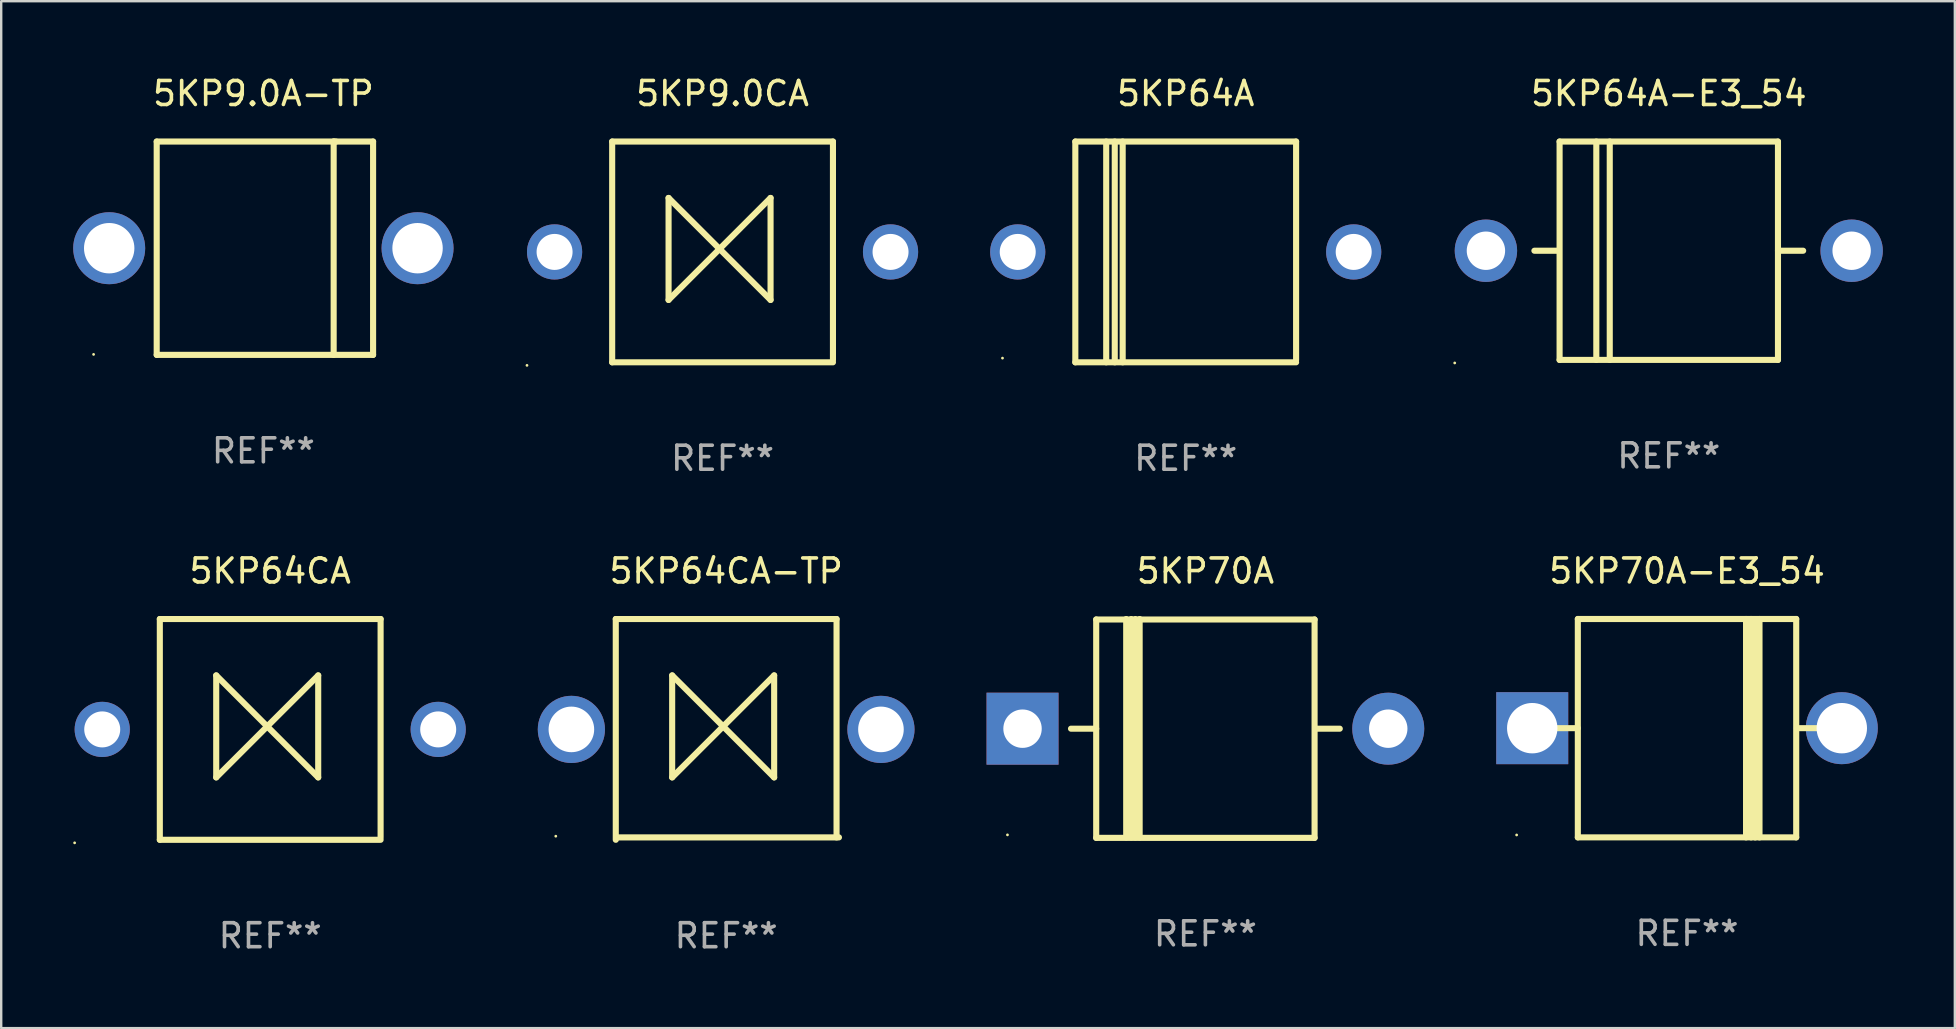
<source format=kicad_pcb>
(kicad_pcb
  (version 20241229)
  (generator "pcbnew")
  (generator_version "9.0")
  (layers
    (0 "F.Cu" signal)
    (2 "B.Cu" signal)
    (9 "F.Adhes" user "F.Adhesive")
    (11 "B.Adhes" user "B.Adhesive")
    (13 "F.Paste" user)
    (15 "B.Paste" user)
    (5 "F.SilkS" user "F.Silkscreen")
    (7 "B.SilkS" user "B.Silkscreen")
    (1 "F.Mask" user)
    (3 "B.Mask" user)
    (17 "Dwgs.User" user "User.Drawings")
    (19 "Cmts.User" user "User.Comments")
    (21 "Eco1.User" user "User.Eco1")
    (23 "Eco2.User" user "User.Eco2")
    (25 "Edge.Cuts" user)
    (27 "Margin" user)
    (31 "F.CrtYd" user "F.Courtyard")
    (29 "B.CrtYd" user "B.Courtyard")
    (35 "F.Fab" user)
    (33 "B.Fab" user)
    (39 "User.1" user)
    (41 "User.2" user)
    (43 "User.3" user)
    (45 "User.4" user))
  (footprint "5KP70A-E3_54"
    (layer "F.Cu")
    (at 67.25 27.295)
    (property "Reference" "5KP70A-E3_54" (at 0 -6.551 0) (layer "F.SilkS") (effects (font (size 1 1) (thickness 0.15))))
    (attr through_hole)
    (fp_line (start -5.6 -0.001) (end -4.55 -0.001) (stroke (width 0.254) (type solid)) (layer "F.SilkS"))
    (fp_line (start -4.55 -4.551) (end -4.55 4.55) (stroke (width 0.254) (type solid)) (layer "F.SilkS"))
    (fp_line (start -4.55 -4.551) (end 4.55 -4.551) (stroke (width 0.254) (type solid)) (layer "F.SilkS"))
    (fp_line (start 2.46 4.55) (end 2.46 -4.551) (stroke (width 0.254) (type solid)) (layer "F.SilkS"))
    (fp_line (start 2.67 4.55) (end 2.67 -4.551) (stroke (width 0.254) (type solid)) (layer "F.SilkS"))
    (fp_line (start 2.841 4.551) (end 2.841 -4.55) (stroke (width 0.254) (type solid)) (layer "F.SilkS"))
    (fp_line (start 3.02 4.55) (end 3.02 -4.551) (stroke (width 0.254) (type solid)) (layer "F.SilkS"))
    (fp_line (start 4.55 4.55) (end 4.55 -4.551) (stroke (width 0.254) (type solid)) (layer "F.SilkS"))
    (fp_line (start 4.55 4.549) (end -4.55 4.549) (stroke (width 0.254) (type solid)) (layer "F.SilkS"))
    (fp_line (start 4.58 -0.001) (end 5.6 -0.001) (stroke (width 0.254) (type solid)) (layer "F.SilkS"))
    (fp_circle (center -7.1 4.449) (end -7.07 4.449) (stroke (width 0.06) (type solid)) (fill no) (layer "F.SilkS"))
    (fp_text user "REF**" (at 0 8.551 0) (layer "F.Fab") (effects (font (size 1 1) (thickness 0.15))))
    (pad "1" thru_hole rect (at -6.45 -0.001 180) (size 3 3) (drill 2.1) (layers "*.Cu" "*.Mask"))
    (pad "2" thru_hole circle (at 6.45 -0.001) (size 3 3) (drill 2.1) (layers "*.Cu" "*.Mask")))
  (footprint "5KP64A"
    (layer "F.Cu")
    (at 46.36 7.448)
    (property "Reference" "5KP64A" (at 0 -6.6 0) (layer "F.SilkS") (effects (font (size 1 1) (thickness 0.15))))
    (attr through_hole)
    (fp_line (start -4.6 -4.6) (end -4.6 4.6) (stroke (width 0.254) (type solid)) (layer "F.SilkS"))
    (fp_line (start -4.6 -4.6) (end 4.6 -4.6) (stroke (width 0.254) (type solid)) (layer "F.SilkS"))
    (fp_line (start -4.6 4.6) (end 4.6 4.6) (stroke (width 0.254) (type solid)) (layer "F.SilkS"))
    (fp_line (start -3.313 -4.6) (end -3.313 4.6) (stroke (width 0.254) (type solid)) (layer "F.SilkS"))
    (fp_line (start -2.957 -4.6) (end -2.957 4.6) (stroke (width 0.254) (type solid)) (layer "F.SilkS"))
    (fp_line (start -2.627 -4.6) (end -2.627 4.6) (stroke (width 0.254) (type solid)) (layer "F.SilkS"))
    (fp_line (start 4.6 -4.6) (end 4.6 4.5) (stroke (width 0.254) (type solid)) (layer "F.SilkS"))
    (fp_circle (center -7.635 4.425) (end -7.605 4.425) (stroke (width 0.06) (type solid)) (fill no) (layer "F.SilkS"))
    (fp_text user "REF**" (at 0 8.6 0) (layer "F.Fab") (effects (font (size 1 1) (thickness 0.15))))
    (pad "1" thru_hole circle (at -7 0) (size 2.3 2.3) (drill 1.5) (layers "*.Cu" "*.Mask"))
    (pad "2" thru_hole circle (at 7 0) (size 2.3 2.3) (drill 1.5) (layers "*.Cu" "*.Mask")))
  (footprint "5KP64A-E3_54"
    (layer "F.Cu")
    (at 66.49 7.398)
    (property "Reference" "5KP64A-E3_54" (at 0 -6.55 0) (layer "F.SilkS") (effects (font (size 1 1) (thickness 0.15))))
    (attr through_hole)
    (fp_line (start -4.58 0.000127) (end -5.6 0.000127) (stroke (width 0.254) (type solid)) (layer "F.SilkS"))
    (fp_line (start -4.55 -4.55) (end 4.55 -4.55) (stroke (width 0.254) (type solid)) (layer "F.SilkS"))
    (fp_line (start -4.55 -4.55) (end -4.55 4.55) (stroke (width 0.254) (type solid)) (layer "F.SilkS"))
    (fp_line (start -3.02 -4.55) (end -3.02 4.55) (stroke (width 0.254) (type solid)) (layer "F.SilkS"))
    (fp_line (start -2.46 -4.55) (end -2.46 4.55) (stroke (width 0.254) (type solid)) (layer "F.SilkS"))
    (fp_line (start 4.55 4.55) (end -4.55 4.55) (stroke (width 0.254) (type solid)) (layer "F.SilkS"))
    (fp_line (start 4.55 4.55) (end 4.55 -4.55) (stroke (width 0.254) (type solid)) (layer "F.SilkS"))
    (fp_line (start 5.6 0.000127) (end 4.55 0.000127) (stroke (width 0.254) (type solid)) (layer "F.SilkS"))
    (fp_circle (center -8.92 4.677) (end -8.89 4.677) (stroke (width 0.06) (type solid)) (fill no) (layer "F.SilkS"))
    (fp_text user "REF**" (at 0 8.55 0) (layer "F.Fab") (effects (font (size 1 1) (thickness 0.15))))
    (pad "1" thru_hole circle (at -7.62 0.000127) (size 2.6 2.6) (drill 1.6) (layers "*.Cu" "*.Mask"))
    (pad "2" thru_hole circle (at 7.62 0.000127) (size 2.6 2.6) (drill 1.6) (layers "*.Cu" "*.Mask")))
  (footprint "5KP64CA"
    (layer "F.Cu")
    (at 8.21 27.345)
    (property "Reference" "5KP64CA" (at 0 -6.6 0) (layer "F.SilkS") (effects (font (size 1 1) (thickness 0.15))))
    (attr through_hole)
    (fp_line (start -4.6 -4.6) (end -4.6 4.6) (stroke (width 0.254) (type solid)) (layer "F.SilkS"))
    (fp_line (start -4.6 -4.6) (end 4.6 -4.6) (stroke (width 0.254) (type solid)) (layer "F.SilkS"))
    (fp_line (start -4.6 4.6) (end 4.6 4.6) (stroke (width 0.254) (type solid)) (layer "F.SilkS"))
    (fp_line (start -2.25 -2.25) (end -2.25 2) (stroke (width 0.254) (type solid)) (layer "F.SilkS"))
    (fp_line (start -2.25 2) (end 2 -2.25) (stroke (width 0.254) (type solid)) (layer "F.SilkS"))
    (fp_line (start 2 -2.25) (end 2 2) (stroke (width 0.254) (type solid)) (layer "F.SilkS"))
    (fp_line (start 2 2) (end -2.25 -2.25) (stroke (width 0.254) (type solid)) (layer "F.SilkS"))
    (fp_line (start 4.6 -4.6) (end 4.6 4.5) (stroke (width 0.254) (type solid)) (layer "F.SilkS"))
    (fp_circle (center -8.15 4.727) (end -8.12 4.727) (stroke (width 0.06) (type solid)) (fill no) (layer "F.SilkS"))
    (fp_text user "REF**" (at 0 8.6 0) (layer "F.Fab") (effects (font (size 1 1) (thickness 0.15))))
    (pad "1" thru_hole circle (at -7 0) (size 2.3 2.3) (drill 1.5) (layers "*.Cu" "*.Mask"))
    (pad "2" thru_hole circle (at 7 0) (size 2.3 2.3) (drill 1.5) (layers "*.Cu" "*.Mask")))
  (footprint "5KP64CA-TP"
    (layer "F.Cu")
    (at 27.21 27.345)
    (property "Reference" "5KP64CA-TP" (at 0 -6.6 0) (layer "F.SilkS") (effects (font (size 1 1) (thickness 0.15))))
    (attr through_hole)
    (fp_line (start -4.6 -4.6) (end -4.6 4.6) (stroke (width 0.254) (type solid)) (layer "F.SilkS"))
    (fp_line (start -4.6 -4.6) (end 4.6 -4.6) (stroke (width 0.254) (type solid)) (layer "F.SilkS"))
    (fp_line (start -4.5 4.5) (end 4.7 4.5) (stroke (width 0.254) (type solid)) (layer "F.SilkS"))
    (fp_line (start -2.25 -2.25) (end -2.25 2) (stroke (width 0.254) (type solid)) (layer "F.SilkS"))
    (fp_line (start -2.25 2) (end 2 -2.25) (stroke (width 0.254) (type solid)) (layer "F.SilkS"))
    (fp_line (start 2 -2.25) (end 2 2) (stroke (width 0.254) (type solid)) (layer "F.SilkS"))
    (fp_line (start 2 2) (end -2.25 -2.25) (stroke (width 0.254) (type solid)) (layer "F.SilkS"))
    (fp_line (start 4.6 -4.6) (end 4.6 4.5) (stroke (width 0.254) (type solid)) (layer "F.SilkS"))
    (fp_circle (center -7.1 4.45) (end -7.07 4.45) (stroke (width 0.06) (type solid)) (fill no) (layer "F.SilkS"))
    (fp_text user "REF**" (at 0 8.6 0) (layer "F.Fab") (effects (font (size 1 1) (thickness 0.15))))
    (pad "1" thru_hole circle (at -6.45 0) (size 2.8 2.8) (drill 1.9) (layers "*.Cu" "*.Mask"))
    (pad "2" thru_hole circle (at 6.45 0) (size 2.8 2.8) (drill 1.9) (layers "*.Cu" "*.Mask")))
  (footprint "5KP9.0CA"
    (layer "F.Cu")
    (at 27.06 7.448)
    (property "Reference" "5KP9.0CA" (at 0 -6.6 0) (layer "F.SilkS") (effects (font (size 1 1) (thickness 0.15))))
    (attr through_hole)
    (fp_line (start -4.6 -4.6) (end -4.6 4.6) (stroke (width 0.254) (type solid)) (layer "F.SilkS"))
    (fp_line (start -4.6 -4.6) (end 4.6 -4.6) (stroke (width 0.254) (type solid)) (layer "F.SilkS"))
    (fp_line (start -4.6 4.6) (end 4.6 4.6) (stroke (width 0.254) (type solid)) (layer "F.SilkS"))
    (fp_line (start -2.25 -2.25) (end -2.25 2) (stroke (width 0.254) (type solid)) (layer "F.SilkS"))
    (fp_line (start -2.25 2) (end 2 -2.25) (stroke (width 0.254) (type solid)) (layer "F.SilkS"))
    (fp_line (start 2 -2.25) (end 2 2) (stroke (width 0.254) (type solid)) (layer "F.SilkS"))
    (fp_line (start 2 2) (end -2.25 -2.25) (stroke (width 0.254) (type solid)) (layer "F.SilkS"))
    (fp_line (start 4.6 -4.6) (end 4.6 4.5) (stroke (width 0.254) (type solid)) (layer "F.SilkS"))
    (fp_circle (center -8.15 4.727) (end -8.12 4.727) (stroke (width 0.06) (type solid)) (fill no) (layer "F.SilkS"))
    (fp_text user "REF**" (at 0 8.6 0) (layer "F.Fab") (effects (font (size 1 1) (thickness 0.15))))
    (pad "1" thru_hole circle (at -7 0) (size 2.3 2.3) (drill 1.5) (layers "*.Cu" "*.Mask"))
    (pad "2" thru_hole circle (at 7 0) (size 2.3 2.3) (drill 1.5) (layers "*.Cu" "*.Mask")))
  (footprint "5KP9.0A-TP"
    (layer "F.Cu")
    (at 7.925 7.293)
    (property "Reference" "5KP9.0A-TP" (at 0 -6.445 0) (layer "F.SilkS") (effects (font (size 1 1) (thickness 0.15))))
    (attr through_hole)
    (fp_line (start -4.445 -4.445) (end -4.445 4.445) (stroke (width 0.254) (type solid)) (layer "F.SilkS"))
    (fp_line (start -4.445 4.445) (end 4.572 4.445) (stroke (width 0.254) (type solid)) (layer "F.SilkS"))
    (fp_line (start 2.929 -4.445) (end 2.929 4.445) (stroke (width 0.254) (type solid)) (layer "F.SilkS"))
    (fp_line (start 3.029 -4.445) (end 2.929 -4.445) (stroke (width 0.254) (type solid)) (layer "F.SilkS"))
    (fp_line (start 4.572 -4.445) (end -4.445 -4.445) (stroke (width 0.254) (type solid)) (layer "F.SilkS"))
    (fp_line (start 4.572 4.445) (end 4.572 -4.445) (stroke (width 0.254) (type solid)) (layer "F.SilkS"))
    (fp_circle (center -7.075 4.425) (end -7.045 4.425) (stroke (width 0.06) (type solid)) (fill no) (layer "F.SilkS"))
    (fp_text user "REF**" (at 0 8.445 0) (layer "F.Fab") (effects (font (size 1 1) (thickness 0.15))))
    (pad "1" thru_hole circle (at -6.425 0) (size 3 3) (drill 2.1) (layers "*.Cu" "*.Mask"))
    (pad "2" thru_hole circle (at 6.425 0) (size 3 3) (drill 2.1) (layers "*.Cu" "*.Mask")))
  (footprint "5KP70A"
    (layer "F.Cu")
    (at 47.18 27.305)
    (property "Reference" "5KP70A" (at 0 -6.56 0) (layer "F.SilkS") (effects (font (size 1 1) (thickness 0.15))))
    (attr through_hole)
    (fp_line (start -5.6 0.01) (end -4.55 0.01) (stroke (width 0.254) (type solid)) (layer "F.SilkS"))
    (fp_line (start -4.55 -4.54) (end -4.55 4.56) (stroke (width 0.254) (type solid)) (layer "F.SilkS"))
    (fp_line (start -4.55 -4.54) (end 4.55 -4.54) (stroke (width 0.254) (type solid)) (layer "F.SilkS"))
    (fp_line (start -3.3 4.54) (end -3.3 -4.56) (stroke (width 0.254) (type solid)) (layer "F.SilkS"))
    (fp_line (start -3.09 4.54) (end -3.09 -4.56) (stroke (width 0.254) (type solid)) (layer "F.SilkS"))
    (fp_line (start -2.919 4.541) (end -2.919 -4.559) (stroke (width 0.254) (type solid)) (layer "F.SilkS"))
    (fp_line (start -2.74 4.54) (end -2.74 -4.56) (stroke (width 0.254) (type solid)) (layer "F.SilkS"))
    (fp_line (start 4.55 4.56) (end 4.55 -4.54) (stroke (width 0.254) (type solid)) (layer "F.SilkS"))
    (fp_line (start 4.55 4.56) (end -4.55 4.56) (stroke (width 0.254) (type solid)) (layer "F.SilkS"))
    (fp_line (start 4.58 0.01) (end 5.6 0.01) (stroke (width 0.254) (type solid)) (layer "F.SilkS"))
    (fp_circle (center -8.248 4.435) (end -8.218 4.435) (stroke (width 0.06) (type solid)) (fill no) (layer "F.SilkS"))
    (fp_text user "REF**" (at 0 8.56 0) (layer "F.Fab") (effects (font (size 1 1) (thickness 0.15))))
    (pad "1" thru_hole rect (at -7.62 0.01 180) (size 3 3) (drill 1.6) (layers "*.Cu" "*.Mask"))
    (pad "2" thru_hole circle (at 7.62 0.01) (size 3 3) (drill 1.6) (layers "*.Cu" "*.Mask")))
  (gr_rect
    (start -3 -3)
    (end 78.41 39.793)
    (stroke (width 0.1) (type default))
    (fill no)
    (layer "Edge.Cuts")))
</source>
